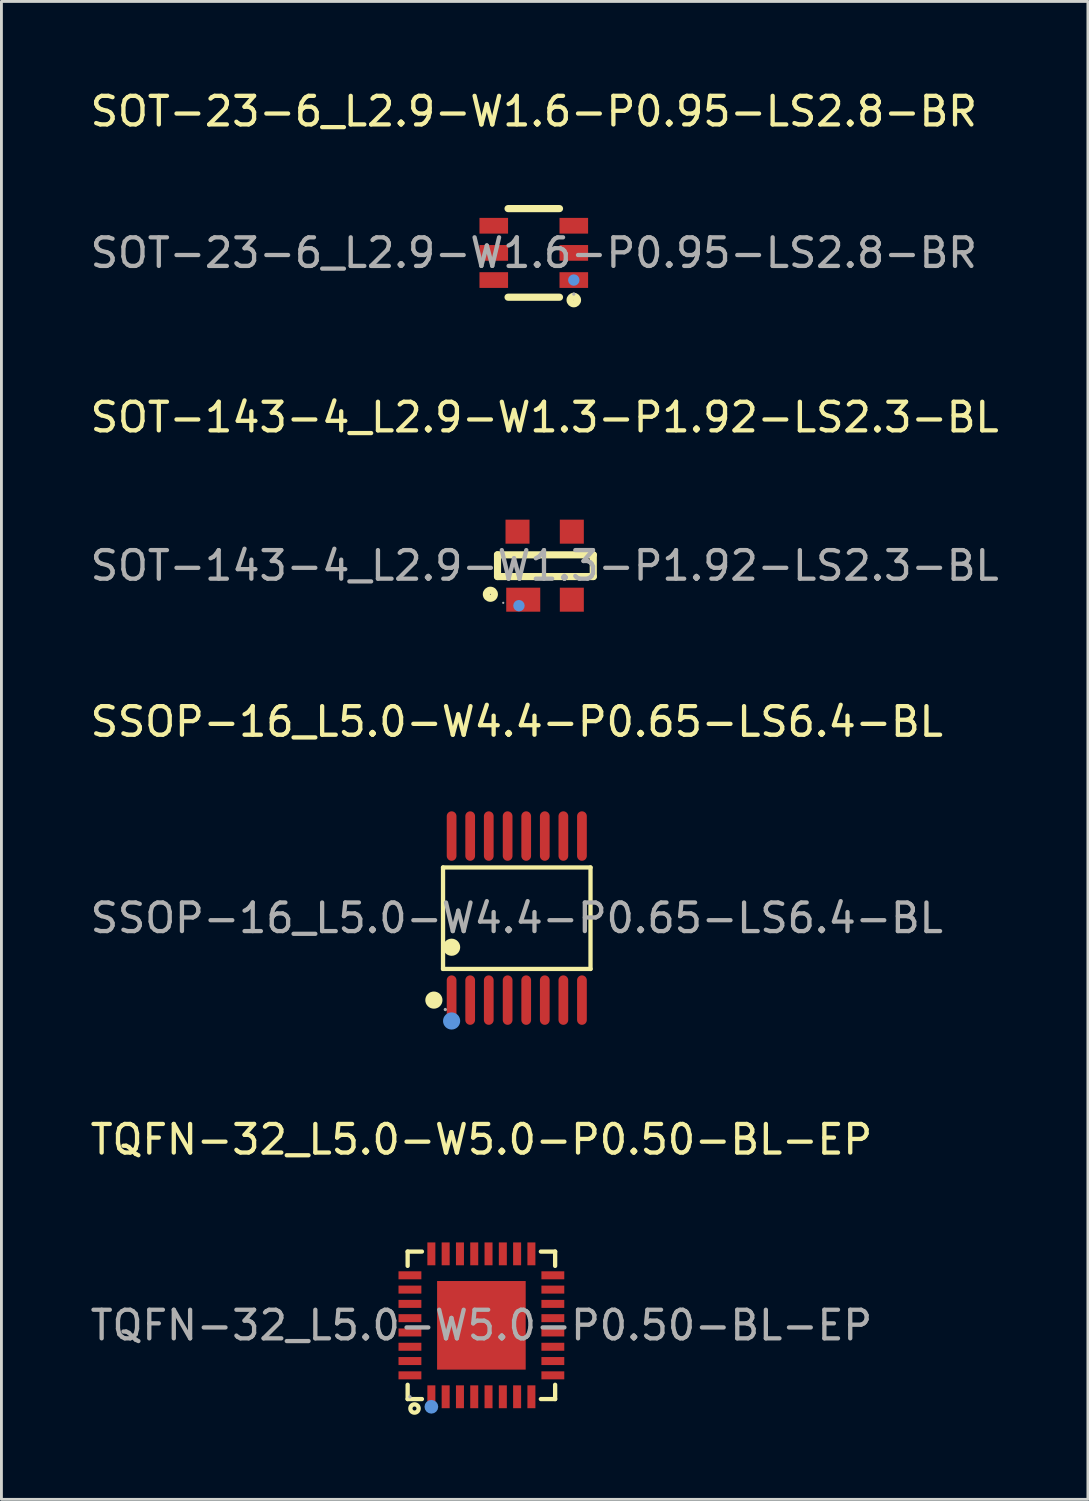
<source format=kicad_pcb>
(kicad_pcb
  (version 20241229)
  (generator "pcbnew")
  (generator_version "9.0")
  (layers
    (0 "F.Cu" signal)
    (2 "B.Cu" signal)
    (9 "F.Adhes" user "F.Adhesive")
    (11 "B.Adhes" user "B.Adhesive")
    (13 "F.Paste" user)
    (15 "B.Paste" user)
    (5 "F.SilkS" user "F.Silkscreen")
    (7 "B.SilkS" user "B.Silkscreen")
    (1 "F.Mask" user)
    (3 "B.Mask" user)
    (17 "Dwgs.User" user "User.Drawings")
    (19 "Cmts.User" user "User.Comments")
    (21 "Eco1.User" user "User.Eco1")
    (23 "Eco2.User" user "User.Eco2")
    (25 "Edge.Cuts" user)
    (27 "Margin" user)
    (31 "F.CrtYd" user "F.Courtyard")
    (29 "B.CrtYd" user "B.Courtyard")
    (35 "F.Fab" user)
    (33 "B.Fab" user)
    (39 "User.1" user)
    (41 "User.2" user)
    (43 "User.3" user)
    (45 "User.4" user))
  (footprint "SOT-143-4_L2.9-W1.3-P1.92-LS2.3-BL"
    (layer "F.Cu")
    (at 16.006 16.741)
    (property "Reference" "SOT-143-4_L2.9-W1.3-P1.92-LS2.3-BL" (at 0 -5.19 0) (layer "F.SilkS") (effects (font (size 1 1) (thickness 0.15))))
    (attr through_hole)
    (fp_line (start -1.65 -0.38) (end -1.65 0.38) (stroke (width 0.25) (type solid)) (layer "F.SilkS"))
    (fp_line (start -1.65 -0.38) (end 1.7 -0.38) (stroke (width 0.25) (type solid)) (layer "F.SilkS"))
    (fp_line (start -1.65 0.38) (end 1.7 0.38) (stroke (width 0.25) (type solid)) (layer "F.SilkS"))
    (fp_line (start 1.7 -0.38) (end 1.7 0.38) (stroke (width 0.25) (type solid)) (layer "F.SilkS"))
    (fp_circle (center -1.9 1) (end -1.76 1) (stroke (width 0.25) (type solid)) (fill no) (layer "F.SilkS"))
    (fp_circle (center -0.9 1.4) (end -0.8 1.4) (stroke (width 0.2) (type solid)) (fill no) (layer "Cmts.User"))
    (fp_circle (center -1.45 1.3) (end -1.43 1.3) (stroke (width 0.04) (type solid)) (fill no) (layer "F.Fab"))
    (fp_text user "${REFERENCE}" (at 0 0 0) (layer "F.Fab") (effects (font (size 1 1) (thickness 0.15))))
    (pad "1" smd rect (at -0.75 1.19) (size 1.19 0.84) (layers "F.Cu" "F.Mask" "F.Paste"))
    (pad "2" smd rect (at 0.95 1.19) (size 0.84 0.84) (layers "F.Cu" "F.Mask" "F.Paste"))
    (pad "3" smd rect (at 0.95 -1.19) (size 0.84 0.84) (layers "F.Cu" "F.Mask" "F.Paste"))
    (pad "4" smd rect (at -0.95 -1.19) (size 0.84 0.84) (layers "F.Cu" "F.Mask" "F.Paste")))
  (footprint "SSOP-16_L5.0-W4.4-P0.65-LS6.4-BL"
    (layer "F.Cu")
    (at 15.03 29.07)
    (property "Reference" "SSOP-16_L5.0-W4.4-P0.65-LS6.4-BL" (at 0 -6.87 0) (layer "F.SilkS") (effects (font (size 1 1) (thickness 0.15))))
    (attr through_hole)
    (fp_line (start -2.58 -1.77) (end 2.58 -1.77) (stroke (width 0.15) (type solid)) (layer "F.SilkS"))
    (fp_line (start -2.58 1.78) (end -2.58 -1.77) (stroke (width 0.15) (type solid)) (layer "F.SilkS"))
    (fp_line (start 2.58 -1.77) (end 2.58 1.78) (stroke (width 0.15) (type solid)) (layer "F.SilkS"))
    (fp_line (start 2.58 1.78) (end -2.58 1.78) (stroke (width 0.15) (type solid)) (layer "F.SilkS"))
    (fp_circle (center -2.9 2.87) (end -2.75 2.87) (stroke (width 0.3) (type solid)) (fill no) (layer "F.SilkS"))
    (fp_circle (center -2.28 1.02) (end -2.13 1.02) (stroke (width 0.3) (type solid)) (fill no) (layer "F.SilkS"))
    (fp_circle (center -2.28 3.6) (end -2.13 3.6) (stroke (width 0.3) (type solid)) (fill no) (layer "Cmts.User"))
    (fp_circle (center -2.5 3.2) (end -2.47 3.2) (stroke (width 0.06) (type solid)) (fill no) (layer "F.Fab"))
    (fp_text user "${REFERENCE}" (at 0 0 0) (layer "F.Fab") (effects (font (size 1 1) (thickness 0.15))))
    (pad "1" smd oval (at -2.28 2.87) (size 0.34 1.73) (layers "F.Cu" "F.Mask" "F.Paste"))
    (pad "2" smd oval (at -1.63 2.87) (size 0.34 1.73) (layers "F.Cu" "F.Mask" "F.Paste"))
    (pad "3" smd oval (at -0.98 2.87) (size 0.34 1.73) (layers "F.Cu" "F.Mask" "F.Paste"))
    (pad "4" smd oval (at -0.32 2.87) (size 0.34 1.73) (layers "F.Cu" "F.Mask" "F.Paste"))
    (pad "5" smd oval (at 0.33 2.87) (size 0.34 1.73) (layers "F.Cu" "F.Mask" "F.Paste"))
    (pad "6" smd oval (at 0.98 2.87) (size 0.34 1.73) (layers "F.Cu" "F.Mask" "F.Paste"))
    (pad "7" smd oval (at 1.63 2.87) (size 0.34 1.73) (layers "F.Cu" "F.Mask" "F.Paste"))
    (pad "8" smd oval (at 2.28 2.87) (size 0.34 1.73) (layers "F.Cu" "F.Mask" "F.Paste"))
    (pad "9" smd oval (at 2.28 -2.87) (size 0.34 1.73) (layers "F.Cu" "F.Mask" "F.Paste"))
    (pad "10" smd oval (at 1.63 -2.87) (size 0.34 1.73) (layers "F.Cu" "F.Mask" "F.Paste"))
    (pad "11" smd oval (at 0.98 -2.87) (size 0.34 1.73) (layers "F.Cu" "F.Mask" "F.Paste"))
    (pad "12" smd oval (at 0.33 -2.87) (size 0.34 1.73) (layers "F.Cu" "F.Mask" "F.Paste"))
    (pad "13" smd oval (at -0.32 -2.87) (size 0.34 1.73) (layers "F.Cu" "F.Mask" "F.Paste"))
    (pad "14" smd oval (at -0.98 -2.87) (size 0.34 1.73) (layers "F.Cu" "F.Mask" "F.Paste"))
    (pad "15" smd oval (at -1.63 -2.87) (size 0.34 1.73) (layers "F.Cu" "F.Mask" "F.Paste"))
    (pad "16" smd oval (at -2.28 -2.87) (size 0.34 1.73) (layers "F.Cu" "F.Mask" "F.Paste")))
  (footprint "TQFN-32_L5.0-W5.0-P0.50-BL-EP"
    (layer "F.Cu")
    (at 13.792 43.318)
    (property "Reference" "TQFN-32_L5.0-W5.0-P0.50-BL-EP" (at 0 -6.5 0) (layer "F.SilkS") (effects (font (size 1 1) (thickness 0.15))))
    (attr through_hole)
    (fp_line (start -2.58 -2.58) (end -2.08 -2.58) (stroke (width 0.15) (type solid)) (layer "F.SilkS"))
    (fp_line (start -2.58 -2.08) (end -2.58 -2.58) (stroke (width 0.15) (type solid)) (layer "F.SilkS"))
    (fp_line (start -2.58 2.08) (end -2.58 2.58) (stroke (width 0.15) (type solid)) (layer "F.SilkS"))
    (fp_line (start -2.58 2.58) (end -2.08 2.58) (stroke (width 0.15) (type solid)) (layer "F.SilkS"))
    (fp_line (start 2.58 -2.58) (end 2.08 -2.58) (stroke (width 0.15) (type solid)) (layer "F.SilkS"))
    (fp_line (start 2.58 -2.08) (end 2.58 -2.58) (stroke (width 0.15) (type solid)) (layer "F.SilkS"))
    (fp_line (start 2.58 2.08) (end 2.58 2.58) (stroke (width 0.15) (type solid)) (layer "F.SilkS"))
    (fp_line (start 2.58 2.58) (end 2.08 2.58) (stroke (width 0.15) (type solid)) (layer "F.SilkS"))
    (fp_circle (center -2.34 2.91) (end -2.27 2.91) (stroke (width 0.15) (type solid)) (fill no) (layer "F.SilkS"))
    (fp_circle (center -1.75 2.85) (end -1.63 2.85) (stroke (width 0.24) (type solid)) (fill no) (layer "Cmts.User"))
    (fp_circle (center -2.5 2.5) (end -2.47 2.5) (stroke (width 0.06) (type solid)) (fill no) (layer "F.Fab"))
    (fp_text user "${REFERENCE}" (at 0 0 0) (layer "F.Fab") (effects (font (size 1 1) (thickness 0.15))))
    (pad "1" smd rect (at -1.75 2.5) (size 0.28 0.8) (layers "F.Cu" "F.Mask" "F.Paste"))
    (pad "2" smd rect (at -1.25 2.5) (size 0.28 0.8) (layers "F.Cu" "F.Mask" "F.Paste"))
    (pad "3" smd rect (at -0.75 2.5) (size 0.28 0.8) (layers "F.Cu" "F.Mask" "F.Paste"))
    (pad "4" smd rect (at -0.25 2.5) (size 0.28 0.8) (layers "F.Cu" "F.Mask" "F.Paste"))
    (pad "5" smd rect (at 0.25 2.5) (size 0.28 0.8) (layers "F.Cu" "F.Mask" "F.Paste"))
    (pad "6" smd rect (at 0.75 2.5) (size 0.28 0.8) (layers "F.Cu" "F.Mask" "F.Paste"))
    (pad "7" smd rect (at 1.25 2.5) (size 0.28 0.8) (layers "F.Cu" "F.Mask" "F.Paste"))
    (pad "8" smd rect (at 1.75 2.5) (size 0.28 0.8) (layers "F.Cu" "F.Mask" "F.Paste"))
    (pad "9" smd rect (at 2.5 1.75) (size 0.8 0.28) (layers "F.Cu" "F.Mask" "F.Paste"))
    (pad "10" smd rect (at 2.5 1.25) (size 0.8 0.28) (layers "F.Cu" "F.Mask" "F.Paste"))
    (pad "11" smd rect (at 2.5 0.75) (size 0.8 0.28) (layers "F.Cu" "F.Mask" "F.Paste"))
    (pad "12" smd rect (at 2.5 0.25) (size 0.8 0.28) (layers "F.Cu" "F.Mask" "F.Paste"))
    (pad "13" smd rect (at 2.5 -0.25) (size 0.8 0.28) (layers "F.Cu" "F.Mask" "F.Paste"))
    (pad "14" smd rect (at 2.5 -0.75) (size 0.8 0.28) (layers "F.Cu" "F.Mask" "F.Paste"))
    (pad "15" smd rect (at 2.5 -1.25) (size 0.8 0.28) (layers "F.Cu" "F.Mask" "F.Paste"))
    (pad "16" smd rect (at 2.5 -1.75) (size 0.8 0.28) (layers "F.Cu" "F.Mask" "F.Paste"))
    (pad "17" smd rect (at 1.75 -2.5) (size 0.28 0.8) (layers "F.Cu" "F.Mask" "F.Paste"))
    (pad "18" smd rect (at 1.25 -2.5) (size 0.28 0.8) (layers "F.Cu" "F.Mask" "F.Paste"))
    (pad "19" smd rect (at 0.75 -2.5) (size 0.28 0.8) (layers "F.Cu" "F.Mask" "F.Paste"))
    (pad "20" smd rect (at 0.25 -2.5) (size 0.28 0.8) (layers "F.Cu" "F.Mask" "F.Paste"))
    (pad "21" smd rect (at -0.25 -2.5) (size 0.28 0.8) (layers "F.Cu" "F.Mask" "F.Paste"))
    (pad "22" smd rect (at -0.75 -2.5) (size 0.28 0.8) (layers "F.Cu" "F.Mask" "F.Paste"))
    (pad "23" smd rect (at -1.25 -2.5) (size 0.28 0.8) (layers "F.Cu" "F.Mask" "F.Paste"))
    (pad "24" smd rect (at -1.75 -2.5) (size 0.28 0.8) (layers "F.Cu" "F.Mask" "F.Paste"))
    (pad "25" smd rect (at -2.5 -1.75) (size 0.8 0.28) (layers "F.Cu" "F.Mask" "F.Paste"))
    (pad "26" smd rect (at -2.5 -1.25) (size 0.8 0.28) (layers "F.Cu" "F.Mask" "F.Paste"))
    (pad "27" smd rect (at -2.5 -0.75) (size 0.8 0.28) (layers "F.Cu" "F.Mask" "F.Paste"))
    (pad "28" smd rect (at -2.5 -0.25) (size 0.8 0.28) (layers "F.Cu" "F.Mask" "F.Paste"))
    (pad "29" smd rect (at -2.5 0.25) (size 0.8 0.28) (layers "F.Cu" "F.Mask" "F.Paste"))
    (pad "30" smd rect (at -2.5 0.75) (size 0.8 0.28) (layers "F.Cu" "F.Mask" "F.Paste"))
    (pad "31" smd rect (at -2.5 1.25) (size 0.8 0.28) (layers "F.Cu" "F.Mask" "F.Paste"))
    (pad "32" smd rect (at -2.5 1.75) (size 0.8 0.28) (layers "F.Cu" "F.Mask" "F.Paste"))
    (pad "33" smd rect (at 0 0) (size 3.1 3.1) (layers "F.Cu" "F.Mask" "F.Paste")))
  (footprint "SOT-23-6_L2.9-W1.6-P0.95-LS2.8-BR"
    (layer "F.Cu")
    (at 15.625 5.798)
    (property "Reference" "SOT-23-6_L2.9-W1.6-P0.95-LS2.8-BR" (at 0 -4.95 0) (layer "F.SilkS") (effects (font (size 1 1) (thickness 0.15))))
    (attr through_hole)
    (fp_line (start -0.9 -1.55) (end 0.9 -1.55) (stroke (width 0.25) (type solid)) (layer "F.SilkS"))
    (fp_line (start -0.9 1.55) (end 0.9 1.55) (stroke (width 0.25) (type solid)) (layer "F.SilkS"))
    (fp_circle (center 1.4 1.65) (end 1.53 1.65) (stroke (width 0.25) (type solid)) (fill no) (layer "F.SilkS"))
    (fp_circle (center 1.4 0.95) (end 1.5 0.95) (stroke (width 0.2) (type solid)) (fill no) (layer "Cmts.User"))
    (fp_circle (center 1.4 1.44) (end 1.43 1.44) (stroke (width 0.06) (type solid)) (fill no) (layer "F.Fab"))
    (fp_text user "${REFERENCE}" (at 0 0 0) (layer "F.Fab") (effects (font (size 1 1) (thickness 0.15))))
    (pad "1" smd rect (at 1.4 0.95) (size 1 0.55) (layers "F.Cu" "F.Mask" "F.Paste"))
    (pad "2" smd rect (at 1.4 0) (size 1 0.55) (layers "F.Cu" "F.Mask" "F.Paste"))
    (pad "3" smd rect (at 1.4 -0.95) (size 1 0.55) (layers "F.Cu" "F.Mask" "F.Paste"))
    (pad "4" smd rect (at -1.4 -0.95) (size 1 0.55) (layers "F.Cu" "F.Mask" "F.Paste"))
    (pad "5" smd rect (at -1.4 0) (size 1 0.55) (layers "F.Cu" "F.Mask" "F.Paste"))
    (pad "6" smd rect (at -1.4 0.95) (size 1 0.55) (layers "F.Cu" "F.Mask" "F.Paste")))
  (gr_rect
    (start -3 -3)
    (end 35.012 49.408)
    (stroke (width 0.1) (type default))
    (fill no)
    (layer "Edge.Cuts")))
</source>
